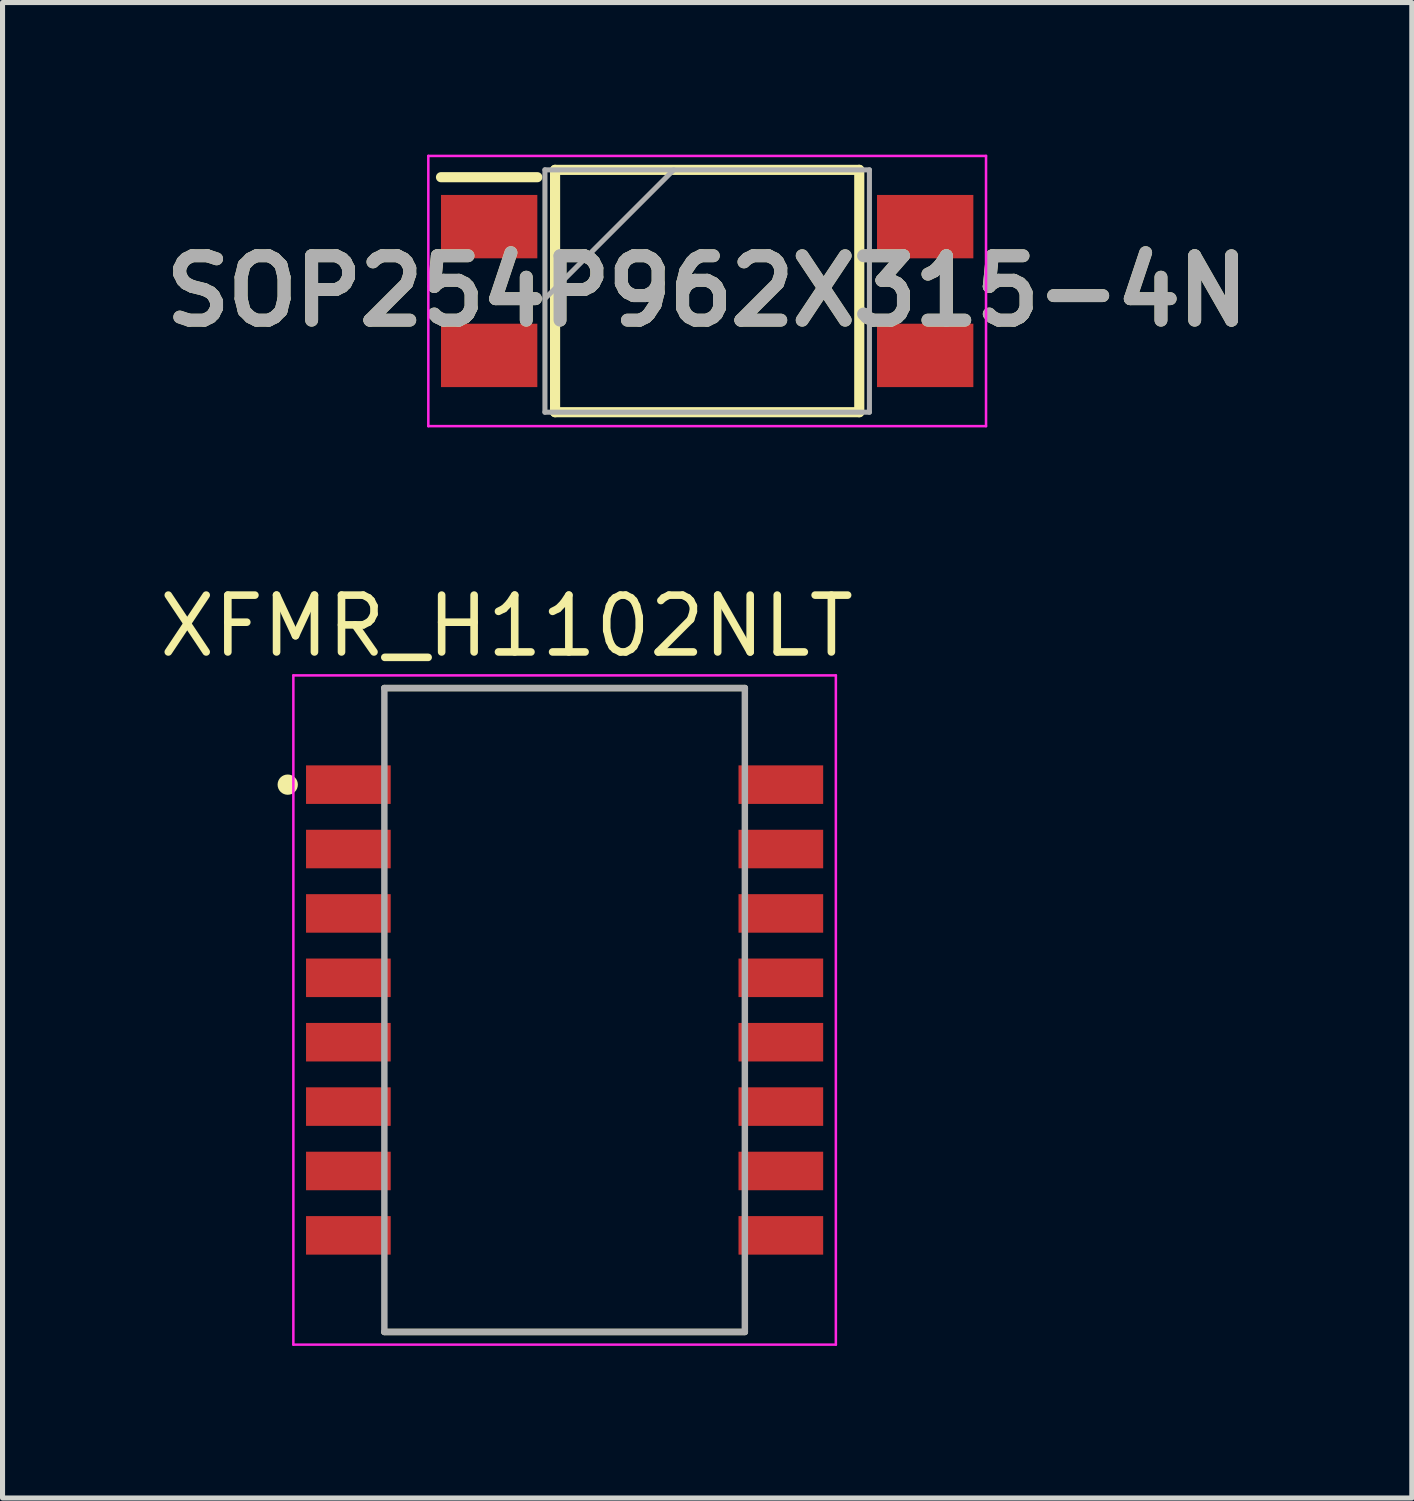
<source format=kicad_pcb>
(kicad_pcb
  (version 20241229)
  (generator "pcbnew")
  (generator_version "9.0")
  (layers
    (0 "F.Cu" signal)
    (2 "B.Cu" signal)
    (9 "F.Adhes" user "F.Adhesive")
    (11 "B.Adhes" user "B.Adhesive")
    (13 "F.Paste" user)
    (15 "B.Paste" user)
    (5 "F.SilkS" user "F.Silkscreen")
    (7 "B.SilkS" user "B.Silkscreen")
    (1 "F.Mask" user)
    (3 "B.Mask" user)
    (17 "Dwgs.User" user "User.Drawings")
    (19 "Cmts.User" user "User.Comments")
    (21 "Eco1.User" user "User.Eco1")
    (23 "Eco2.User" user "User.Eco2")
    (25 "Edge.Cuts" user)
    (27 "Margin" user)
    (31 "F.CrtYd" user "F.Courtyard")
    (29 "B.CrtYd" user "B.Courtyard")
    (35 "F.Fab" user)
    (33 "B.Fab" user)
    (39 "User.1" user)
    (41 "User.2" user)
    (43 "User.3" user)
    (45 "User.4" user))
  (footprint "XFMR_H1102NLT"
    (layer "F.Cu")
    (at 8.086 16.871)
    (property "Reference" "XFMR_H1102NLT" (at -1.144 -7.573 0) (layer "F.SilkS") (effects (font (size 1.121 1.121) (thickness 0.15))))
    (attr smd)
    (fp_line (start -3.555 -6.35) (end 3.555 -6.35) (stroke (width 0.127) (type solid)) (layer "F.SilkS"))
    (fp_line (start -3.555 6.35) (end 3.555 6.35) (stroke (width 0.127) (type solid)) (layer "F.SilkS"))
    (fp_circle (center -5.461 -4.445) (end -5.361 -4.445) (stroke (width 0.2) (type solid)) (fill no) (layer "F.SilkS"))
    (fp_line (start -5.35 -6.6) (end -5.35 6.6) (stroke (width 0.05) (type solid)) (layer "F.CrtYd"))
    (fp_line (start -5.35 6.6) (end 5.35 6.6) (stroke (width 0.05) (type solid)) (layer "F.CrtYd"))
    (fp_line (start 5.35 -6.6) (end -5.35 -6.6) (stroke (width 0.05) (type solid)) (layer "F.CrtYd"))
    (fp_line (start 5.35 6.6) (end 5.35 -6.6) (stroke (width 0.05) (type solid)) (layer "F.CrtYd"))
    (fp_line (start -3.555 -6.35) (end 3.555 -6.35) (stroke (width 0.127) (type solid)) (layer "F.Fab"))
    (fp_line (start -3.555 6.35) (end -3.555 -6.35) (stroke (width 0.127) (type solid)) (layer "F.Fab"))
    (fp_line (start 3.555 -6.35) (end 3.555 6.35) (stroke (width 0.127) (type solid)) (layer "F.Fab"))
    (fp_line (start 3.555 6.35) (end -3.555 6.35) (stroke (width 0.127) (type solid)) (layer "F.Fab"))
    (pad "1" smd rect (at -4.265 -4.445) (size 1.67 0.76) (layers "F.Cu" "F.Mask" "F.Paste"))
    (pad "2" smd rect (at -4.265 -3.175) (size 1.67 0.76) (layers "F.Cu" "F.Mask" "F.Paste"))
    (pad "3" smd rect (at -4.265 -1.905) (size 1.67 0.76) (layers "F.Cu" "F.Mask" "F.Paste"))
    (pad "4" smd rect (at -4.265 -0.635) (size 1.67 0.76) (layers "F.Cu" "F.Mask" "F.Paste"))
    (pad "5" smd rect (at -4.265 0.635) (size 1.67 0.76) (layers "F.Cu" "F.Mask" "F.Paste"))
    (pad "6" smd rect (at -4.265 1.905) (size 1.67 0.76) (layers "F.Cu" "F.Mask" "F.Paste"))
    (pad "7" smd rect (at -4.265 3.175) (size 1.67 0.76) (layers "F.Cu" "F.Mask" "F.Paste"))
    (pad "8" smd rect (at -4.265 4.445) (size 1.67 0.76) (layers "F.Cu" "F.Mask" "F.Paste"))
    (pad "9" smd rect (at 4.265 4.445) (size 1.67 0.76) (layers "F.Cu" "F.Mask" "F.Paste"))
    (pad "10" smd rect (at 4.265 3.175) (size 1.67 0.76) (layers "F.Cu" "F.Mask" "F.Paste"))
    (pad "11" smd rect (at 4.265 1.905) (size 1.67 0.76) (layers "F.Cu" "F.Mask" "F.Paste"))
    (pad "12" smd rect (at 4.265 0.635) (size 1.67 0.76) (layers "F.Cu" "F.Mask" "F.Paste"))
    (pad "13" smd rect (at 4.265 -0.635) (size 1.67 0.76) (layers "F.Cu" "F.Mask" "F.Paste"))
    (pad "14" smd rect (at 4.265 -1.905) (size 1.67 0.76) (layers "F.Cu" "F.Mask" "F.Paste"))
    (pad "15" smd rect (at 4.265 -3.175) (size 1.67 0.76) (layers "F.Cu" "F.Mask" "F.Paste"))
    (pad "16" smd rect (at 4.265 -4.445) (size 1.67 0.76) (layers "F.Cu" "F.Mask" "F.Paste")))
  (footprint "SOP254P962X315-4N"
    (layer "F.Cu")
    (at 10.898 2.69)
    (property "Reference" "SOP254P962X315-4N" (at 0 0 0) (layer "F.SilkS") (effects (font (size 1.27 1.27) (thickness 0.254))))
    (attr smd)
    (fp_line (start -5.25 -2.245) (end -3.35 -2.245) (stroke (width 0.2) (type solid)) (layer "F.SilkS"))
    (fp_line (start -3 -2.39) (end 3 -2.39) (stroke (width 0.2) (type solid)) (layer "F.SilkS"))
    (fp_line (start -3 2.39) (end -3 -2.39) (stroke (width 0.2) (type solid)) (layer "F.SilkS"))
    (fp_line (start 3 -2.39) (end 3 2.39) (stroke (width 0.2) (type solid)) (layer "F.SilkS"))
    (fp_line (start 3 2.39) (end -3 2.39) (stroke (width 0.2) (type solid)) (layer "F.SilkS"))
    (fp_line (start -5.5 -2.665) (end 5.5 -2.665) (stroke (width 0.05) (type solid)) (layer "F.CrtYd"))
    (fp_line (start -5.5 2.665) (end -5.5 -2.665) (stroke (width 0.05) (type solid)) (layer "F.CrtYd"))
    (fp_line (start 5.5 -2.665) (end 5.5 2.665) (stroke (width 0.05) (type solid)) (layer "F.CrtYd"))
    (fp_line (start 5.5 2.665) (end -5.5 2.665) (stroke (width 0.05) (type solid)) (layer "F.CrtYd"))
    (fp_line (start -3.2 -2.39) (end 3.2 -2.39) (stroke (width 0.1) (type solid)) (layer "F.Fab"))
    (fp_line (start -3.2 0.15) (end -0.66 -2.39) (stroke (width 0.1) (type solid)) (layer "F.Fab"))
    (fp_line (start -3.2 2.39) (end -3.2 -2.39) (stroke (width 0.1) (type solid)) (layer "F.Fab"))
    (fp_line (start 3.2 -2.39) (end 3.2 2.39) (stroke (width 0.1) (type solid)) (layer "F.Fab"))
    (fp_line (start 3.2 2.39) (end -3.2 2.39) (stroke (width 0.1) (type solid)) (layer "F.Fab"))
    (fp_text user "${REFERENCE}" (at 0 0 0) (layer "F.Fab") (effects (font (size 1.27 1.27) (thickness 0.254))))
    (pad "1" smd rect (at -4.3 -1.27 90) (size 1.25 1.9) (layers "F.Cu" "F.Mask" "F.Paste"))
    (pad "2" smd rect (at -4.3 1.27 90) (size 1.25 1.9) (layers "F.Cu" "F.Mask" "F.Paste"))
    (pad "3" smd rect (at 4.3 1.27 90) (size 1.25 1.9) (layers "F.Cu" "F.Mask" "F.Paste"))
    (pad "4" smd rect (at 4.3 -1.27 90) (size 1.25 1.9) (layers "F.Cu" "F.Mask" "F.Paste")))
  (gr_rect
    (start -3 -3)
    (end 24.796 26.496)
    (stroke (width 0.1) (type default))
    (fill no)
    (layer "Edge.Cuts")))
</source>
